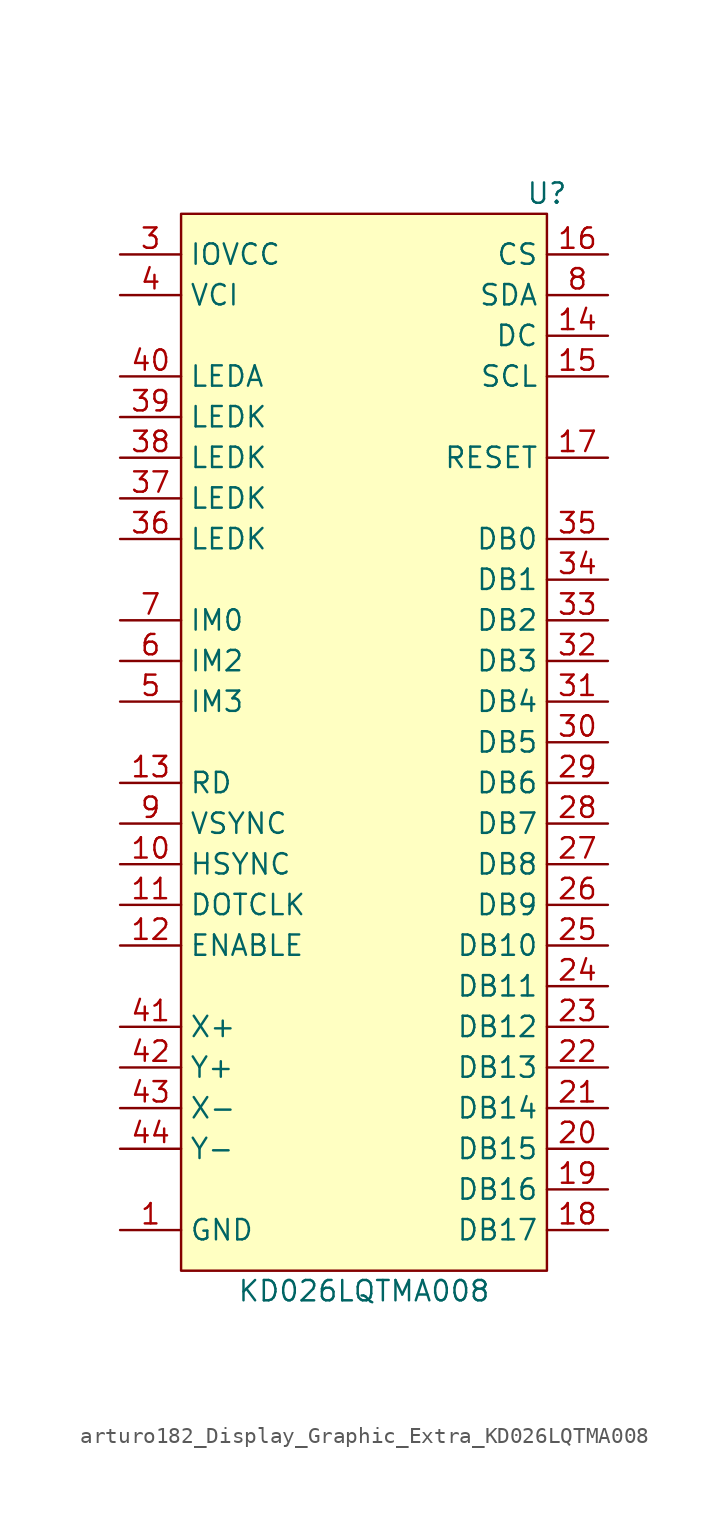
<source format=kicad_sym>
(kicad_symbol_lib
  (version 20220914)
  (generator kicad_symbol_editor)
  (symbol "arturo182_Display_Graphic_Extra_KD026LQTMA008"
    (property "Reference" "U"
      (at 11.43 31.75 0)
      (effects (font (size 1.27 1.27))))
    (property "Value" "KD026LQTMA008"
      (at 0 -36.83 0)
      (effects (font (size 1.27 1.27))))
    (symbol "arturo182_Display_Graphic_Extra_KD026LQTMA008_0_0"
      (pin power_in line (at -15.24 -33.02 0) (length 3.81) (name "GND" (effects (font (size 1.27 1.27)))) (number "1" (effects (font (size 1.27 1.27)))))
      (pin input line (at -15.24 -10.16 0) (length 3.81) (name "HSYNC" (effects (font (size 1.27 1.27)))) (number "10" (effects (font (size 1.27 1.27)))))
      (pin input line (at -15.24 -12.7 0) (length 3.81) (name "DOTCLK" (effects (font (size 1.27 1.27)))) (number "11" (effects (font (size 1.27 1.27)))))
      (pin input line (at -15.24 -15.24 0) (length 3.81) (name "ENABLE" (effects (font (size 1.27 1.27)))) (number "12" (effects (font (size 1.27 1.27)))))
      (pin input line (at -15.24 -5.08 0) (length 3.81) (name "RD" (effects (font (size 1.27 1.27)))) (number "13" (effects (font (size 1.27 1.27)))))
      (pin input line (at 15.24 22.86 180) (length 3.81) (name "DC" (effects (font (size 1.27 1.27)))) (number "14" (effects (font (size 1.27 1.27)))))
      (pin input line (at 15.24 20.32 180) (length 3.81) (name "SCL" (effects (font (size 1.27 1.27)))) (number "15" (effects (font (size 1.27 1.27)))))
      (pin input line (at 15.24 27.94 180) (length 3.81) (name "CS" (effects (font (size 1.27 1.27)))) (number "16" (effects (font (size 1.27 1.27)))))
      (pin input line (at 15.24 15.24 180) (length 3.81) (name "RESET" (effects (font (size 1.27 1.27)))) (number "17" (effects (font (size 1.27 1.27)))))
      (pin input line (at 15.24 -33.02 180) (length 3.81) (name "DB17" (effects (font (size 1.27 1.27)))) (number "18" (effects (font (size 1.27 1.27)))))
      (pin input line (at 15.24 -30.48 180) (length 3.81) (name "DB16" (effects (font (size 1.27 1.27)))) (number "19" (effects (font (size 1.27 1.27)))))
      (pin passive line (at -15.24 -33.02 0) (length 3.81) hide (name "GND" (effects (font (size 1.27 1.27)))) (number "2" (effects (font (size 1.27 1.27)))))
      (pin input line (at 15.24 -27.94 180) (length 3.81) (name "DB15" (effects (font (size 1.27 1.27)))) (number "20" (effects (font (size 1.27 1.27)))))
      (pin input line (at 15.24 -25.4 180) (length 3.81) (name "DB14" (effects (font (size 1.27 1.27)))) (number "21" (effects (font (size 1.27 1.27)))))
      (pin input line (at 15.24 -22.86 180) (length 3.81) (name "DB13" (effects (font (size 1.27 1.27)))) (number "22" (effects (font (size 1.27 1.27)))))
      (pin input line (at 15.24 -20.32 180) (length 3.81) (name "DB12" (effects (font (size 1.27 1.27)))) (number "23" (effects (font (size 1.27 1.27)))))
      (pin input line (at 15.24 -17.78 180) (length 3.81) (name "DB11" (effects (font (size 1.27 1.27)))) (number "24" (effects (font (size 1.27 1.27)))))
      (pin input line (at 15.24 -15.24 180) (length 3.81) (name "DB10" (effects (font (size 1.27 1.27)))) (number "25" (effects (font (size 1.27 1.27)))))
      (pin input line (at 15.24 -12.7 180) (length 3.81) (name "DB9" (effects (font (size 1.27 1.27)))) (number "26" (effects (font (size 1.27 1.27)))))
      (pin input line (at 15.24 -10.16 180) (length 3.81) (name "DB8" (effects (font (size 1.27 1.27)))) (number "27" (effects (font (size 1.27 1.27)))))
      (pin input line (at 15.24 -7.62 180) (length 3.81) (name "DB7" (effects (font (size 1.27 1.27)))) (number "28" (effects (font (size 1.27 1.27)))))
      (pin input line (at 15.24 -5.08 180) (length 3.81) (name "DB6" (effects (font (size 1.27 1.27)))) (number "29" (effects (font (size 1.27 1.27)))))
      (pin power_in line (at -15.24 27.94 0) (length 3.81) (name "IOVCC" (effects (font (size 1.27 1.27)))) (number "3" (effects (font (size 1.27 1.27)))))
      (pin input line (at 15.24 -2.54 180) (length 3.81) (name "DB5" (effects (font (size 1.27 1.27)))) (number "30" (effects (font (size 1.27 1.27)))))
      (pin input line (at 15.24 0 180) (length 3.81) (name "DB4" (effects (font (size 1.27 1.27)))) (number "31" (effects (font (size 1.27 1.27)))))
      (pin input line (at 15.24 2.54 180) (length 3.81) (name "DB3" (effects (font (size 1.27 1.27)))) (number "32" (effects (font (size 1.27 1.27)))))
      (pin input line (at 15.24 5.08 180) (length 3.81) (name "DB2" (effects (font (size 1.27 1.27)))) (number "33" (effects (font (size 1.27 1.27)))))
      (pin input line (at 15.24 7.62 180) (length 3.81) (name "DB1" (effects (font (size 1.27 1.27)))) (number "34" (effects (font (size 1.27 1.27)))))
      (pin input line (at 15.24 10.16 180) (length 3.81) (name "DB0" (effects (font (size 1.27 1.27)))) (number "35" (effects (font (size 1.27 1.27)))))
      (pin input line (at -15.24 10.16 0) (length 3.81) (name "LEDK" (effects (font (size 1.27 1.27)))) (number "36" (effects (font (size 1.27 1.27)))))
      (pin input line (at -15.24 12.7 0) (length 3.81) (name "LEDK" (effects (font (size 1.27 1.27)))) (number "37" (effects (font (size 1.27 1.27)))))
      (pin input line (at -15.24 15.24 0) (length 3.81) (name "LEDK" (effects (font (size 1.27 1.27)))) (number "38" (effects (font (size 1.27 1.27)))))
      (pin input line (at -15.24 17.78 0) (length 3.81) (name "LEDK" (effects (font (size 1.27 1.27)))) (number "39" (effects (font (size 1.27 1.27)))))
      (pin power_in line (at -15.24 25.4 0) (length 3.81) (name "VCI" (effects (font (size 1.27 1.27)))) (number "4" (effects (font (size 1.27 1.27)))))
      (pin input line (at -15.24 20.32 0) (length 3.81) (name "LEDA" (effects (font (size 1.27 1.27)))) (number "40" (effects (font (size 1.27 1.27)))))
      (pin output line (at -15.24 -20.32 0) (length 3.81) (name "X+" (effects (font (size 1.27 1.27)))) (number "41" (effects (font (size 1.27 1.27)))))
      (pin output line (at -15.24 -22.86 0) (length 3.81) (name "Y+" (effects (font (size 1.27 1.27)))) (number "42" (effects (font (size 1.27 1.27)))))
      (pin output line (at -15.24 -25.4 0) (length 3.81) (name "X-" (effects (font (size 1.27 1.27)))) (number "43" (effects (font (size 1.27 1.27)))))
      (pin output line (at -15.24 -27.94 0) (length 3.81) (name "Y-" (effects (font (size 1.27 1.27)))) (number "44" (effects (font (size 1.27 1.27)))))
      (pin passive line (at -15.24 -33.02 0) (length 3.81) hide (name "GND" (effects (font (size 1.27 1.27)))) (number "45" (effects (font (size 1.27 1.27)))))
      (pin input line (at -15.24 0 0) (length 3.81) (name "IM3" (effects (font (size 1.27 1.27)))) (number "5" (effects (font (size 1.27 1.27)))))
      (pin input line (at -15.24 2.54 0) (length 3.81) (name "IM2" (effects (font (size 1.27 1.27)))) (number "6" (effects (font (size 1.27 1.27)))))
      (pin input line (at -15.24 5.08 0) (length 3.81) (name "IM0" (effects (font (size 1.27 1.27)))) (number "7" (effects (font (size 1.27 1.27)))))
      (pin input line (at 15.24 25.4 180) (length 3.81) (name "SDA" (effects (font (size 1.27 1.27)))) (number "8" (effects (font (size 1.27 1.27)))))
      (pin input line (at -15.24 -7.62 0) (length 3.81) (name "VSYNC" (effects (font (size 1.27 1.27)))) (number "9" (effects (font (size 1.27 1.27))))))
    (symbol "arturo182_Display_Graphic_Extra_KD026LQTMA008_0_1"
      (rectangle (start -11.43 30.48) (end 11.43 -35.56) (stroke (width 0.152) (type default)) (fill (type background))))))
</source>
